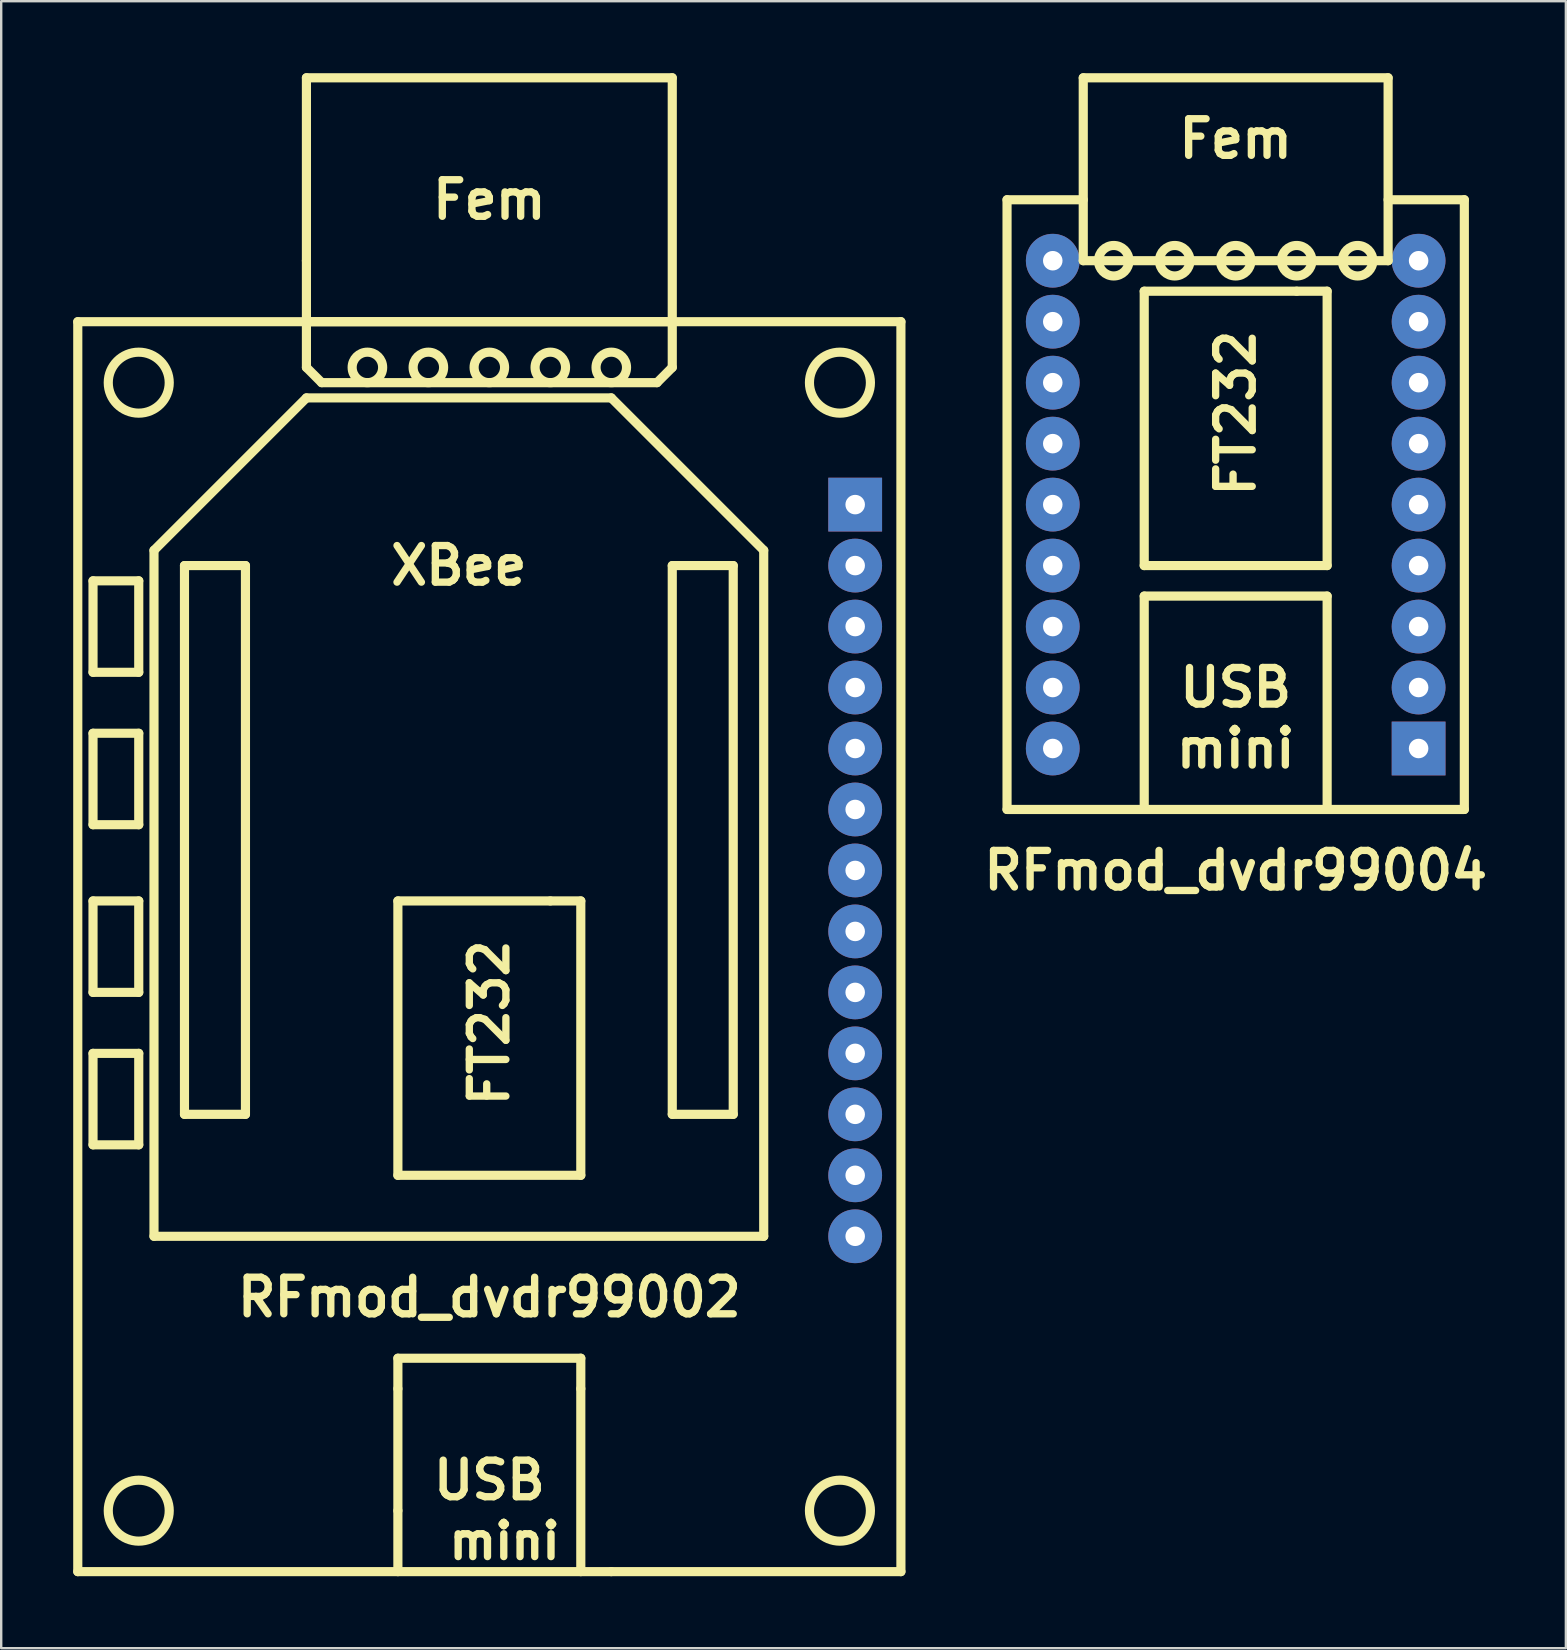
<source format=kicad_pcb>
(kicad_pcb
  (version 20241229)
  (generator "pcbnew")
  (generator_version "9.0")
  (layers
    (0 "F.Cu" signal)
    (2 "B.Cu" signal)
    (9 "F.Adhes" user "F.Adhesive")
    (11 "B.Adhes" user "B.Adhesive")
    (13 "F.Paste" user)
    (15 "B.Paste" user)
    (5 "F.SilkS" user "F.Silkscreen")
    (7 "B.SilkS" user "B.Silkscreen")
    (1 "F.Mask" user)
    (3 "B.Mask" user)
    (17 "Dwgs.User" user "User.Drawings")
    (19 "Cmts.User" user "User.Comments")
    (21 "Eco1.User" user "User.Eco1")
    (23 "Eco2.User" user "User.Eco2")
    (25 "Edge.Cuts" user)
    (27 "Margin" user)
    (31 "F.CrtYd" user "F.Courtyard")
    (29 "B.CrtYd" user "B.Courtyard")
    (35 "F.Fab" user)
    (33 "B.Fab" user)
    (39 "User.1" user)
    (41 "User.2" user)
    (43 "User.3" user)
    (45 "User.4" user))
  (footprint "RFmod_dvdr99004"
    (layer "F.Cu")
    (at 48.426 17.971)
    (property "Reference" "RFmod_dvdr99004" (at 0 15.24 0) (layer "F.SilkS") (effects (font (size 1.524 1.524) (thickness 0.305))))
    (attr through_hole)
    (fp_line (start -9.525 -12.7) (end -6.35 -12.7) (stroke (width 0.381) (type solid)) (layer "F.SilkS"))
    (fp_line (start -9.525 12.7) (end -9.525 -12.7) (stroke (width 0.381) (type solid)) (layer "F.SilkS"))
    (fp_line (start -6.35 -17.78) (end -6.35 -10.16) (stroke (width 0.381) (type solid)) (layer "F.SilkS"))
    (fp_line (start -6.35 -17.78) (end 6.35 -17.78) (stroke (width 0.381) (type solid)) (layer "F.SilkS"))
    (fp_line (start -6.35 -10.16) (end 6.35 -10.16) (stroke (width 0.381) (type solid)) (layer "F.SilkS"))
    (fp_line (start -3.81 -8.89) (end 2.54 -8.89) (stroke (width 0.381) (type solid)) (layer "F.SilkS"))
    (fp_line (start -3.81 2.54) (end -3.81 -8.89) (stroke (width 0.381) (type solid)) (layer "F.SilkS"))
    (fp_line (start -3.81 2.54) (end 3.81 2.54) (stroke (width 0.381) (type solid)) (layer "F.SilkS"))
    (fp_line (start -3.81 3.81) (end 3.81 3.81) (stroke (width 0.381) (type solid)) (layer "F.SilkS"))
    (fp_line (start -3.81 12.7) (end -3.81 3.81) (stroke (width 0.381) (type solid)) (layer "F.SilkS"))
    (fp_line (start 2.54 -8.89) (end 3.81 -8.89) (stroke (width 0.381) (type solid)) (layer "F.SilkS"))
    (fp_line (start 3.81 -8.89) (end 3.81 2.54) (stroke (width 0.381) (type solid)) (layer "F.SilkS"))
    (fp_line (start 3.81 3.81) (end 3.81 12.7) (stroke (width 0.381) (type solid)) (layer "F.SilkS"))
    (fp_line (start 6.35 -10.16) (end 6.35 -17.78) (stroke (width 0.381) (type solid)) (layer "F.SilkS"))
    (fp_line (start 9.525 -12.7) (end 6.35 -12.7) (stroke (width 0.381) (type solid)) (layer "F.SilkS"))
    (fp_line (start 9.525 -12.7) (end 9.525 12.7) (stroke (width 0.381) (type solid)) (layer "F.SilkS"))
    (fp_line (start 9.525 12.7) (end -9.525 12.7) (stroke (width 0.381) (type solid)) (layer "F.SilkS"))
    (fp_circle (center -5.08 -10.16) (end -4.445 -10.16) (stroke (width 0.381) (type solid)) (fill no) (layer "F.SilkS"))
    (fp_circle (center -2.54 -10.16) (end -1.905 -10.16) (stroke (width 0.381) (type solid)) (fill no) (layer "F.SilkS"))
    (fp_circle (center 0 -10.16) (end 0.635 -10.16) (stroke (width 0.381) (type solid)) (fill no) (layer "F.SilkS"))
    (fp_circle (center 2.54 -10.16) (end 3.175 -10.16) (stroke (width 0.381) (type solid)) (fill no) (layer "F.SilkS"))
    (fp_circle (center 5.08 -10.16) (end 5.715 -10.16) (stroke (width 0.381) (type solid)) (fill no) (layer "F.SilkS"))
    (fp_text user "Fem" (at 0 -15.24 0) (layer "F.SilkS") (effects (font (size 1.524 1.524) (thickness 0.305))))
    (fp_text user "mini" (at 0 10.16 0) (layer "F.SilkS") (effects (font (size 1.524 1.524) (thickness 0.305))))
    (fp_text user "FT232" (at 0 -3.81 90) (layer "F.SilkS") (effects (font (size 1.524 1.524) (thickness 0.305))))
    (fp_text user "USB" (at 0 7.62 0) (layer "F.SilkS") (effects (font (size 1.524 1.524) (thickness 0.305))))
    (pad "1" thru_hole rect (at 7.62 10.16) (size 2.24 2.24) (drill 0.813) (layers "*.Cu"))
    (pad "2" thru_hole circle (at 7.62 7.62) (size 2.24 2.24) (drill 0.813) (layers "*.Cu"))
    (pad "3" thru_hole circle (at 7.62 5.08) (size 2.24 2.24) (drill 0.813) (layers "*.Cu"))
    (pad "4" thru_hole circle (at 7.62 2.54) (size 2.24 2.24) (drill 0.813) (layers "*.Cu"))
    (pad "5" thru_hole circle (at 7.62 0) (size 2.24 2.24) (drill 0.813) (layers "*.Cu"))
    (pad "6" thru_hole circle (at 7.62 -2.54) (size 2.24 2.24) (drill 0.813) (layers "*.Cu"))
    (pad "7" thru_hole circle (at 7.62 -5.08) (size 2.24 2.24) (drill 0.813) (layers "*.Cu"))
    (pad "8" thru_hole circle (at 7.62 -7.62) (size 2.24 2.24) (drill 0.813) (layers "*.Cu"))
    (pad "9" thru_hole circle (at 7.62 -10.16) (size 2.24 2.24) (drill 0.813) (layers "*.Cu"))
    (pad "10" thru_hole circle (at -7.62 -10.16) (size 2.24 2.24) (drill 0.813) (layers "*.Cu"))
    (pad "11" thru_hole circle (at -7.62 -7.62) (size 2.24 2.24) (drill 0.813) (layers "*.Cu"))
    (pad "12" thru_hole circle (at -7.62 -5.08) (size 2.24 2.24) (drill 0.813) (layers "*.Cu"))
    (pad "13" thru_hole circle (at -7.62 -2.54) (size 2.24 2.24) (drill 0.813) (layers "*.Cu"))
    (pad "14" thru_hole circle (at -7.62 0) (size 2.24 2.24) (drill 0.813) (layers "*.Cu"))
    (pad "15" thru_hole circle (at -7.62 2.54) (size 2.24 2.24) (drill 0.813) (layers "*.Cu"))
    (pad "16" thru_hole circle (at -7.62 5.08) (size 2.24 2.24) (drill 0.813) (layers "*.Cu"))
    (pad "17" thru_hole circle (at -7.62 7.62) (size 2.24 2.24) (drill 0.813) (layers "*.Cu"))
    (pad "18" thru_hole circle (at -7.62 10.16) (size 2.24 2.24) (drill 0.813) (layers "*.Cu")))
  (footprint "RFmod_dvdr99002"
    (layer "F.Cu")
    (at 17.335 33.211)
    (property "Reference" "RFmod_dvdr99002" (at 0 17.78 0) (layer "F.SilkS") (effects (font (size 1.524 1.524) (thickness 0.305))))
    (attr through_hole)
    (fp_line (start -17.145 -22.86) (end -17.145 29.21) (stroke (width 0.381) (type solid)) (layer "F.SilkS"))
    (fp_line (start -17.145 29.21) (end 5.08 29.21) (stroke (width 0.381) (type solid)) (layer "F.SilkS"))
    (fp_line (start -16.51 -12.065) (end -14.605 -12.065) (stroke (width 0.381) (type solid)) (layer "F.SilkS"))
    (fp_line (start -16.51 -8.255) (end -16.51 -12.065) (stroke (width 0.381) (type solid)) (layer "F.SilkS"))
    (fp_line (start -16.51 -5.715) (end -14.605 -5.715) (stroke (width 0.381) (type solid)) (layer "F.SilkS"))
    (fp_line (start -16.51 -1.905) (end -16.51 -5.715) (stroke (width 0.381) (type solid)) (layer "F.SilkS"))
    (fp_line (start -16.51 1.27) (end -14.605 1.27) (stroke (width 0.381) (type solid)) (layer "F.SilkS"))
    (fp_line (start -16.51 5.08) (end -16.51 1.27) (stroke (width 0.381) (type solid)) (layer "F.SilkS"))
    (fp_line (start -16.51 7.62) (end -14.605 7.62) (stroke (width 0.381) (type solid)) (layer "F.SilkS"))
    (fp_line (start -16.51 11.43) (end -16.51 7.62) (stroke (width 0.381) (type solid)) (layer "F.SilkS"))
    (fp_line (start -14.605 -12.065) (end -14.605 -8.255) (stroke (width 0.381) (type solid)) (layer "F.SilkS"))
    (fp_line (start -14.605 -8.255) (end -16.51 -8.255) (stroke (width 0.381) (type solid)) (layer "F.SilkS"))
    (fp_line (start -14.605 -5.715) (end -14.605 -1.905) (stroke (width 0.381) (type solid)) (layer "F.SilkS"))
    (fp_line (start -14.605 -1.905) (end -16.51 -1.905) (stroke (width 0.381) (type solid)) (layer "F.SilkS"))
    (fp_line (start -14.605 1.27) (end -14.605 5.08) (stroke (width 0.381) (type solid)) (layer "F.SilkS"))
    (fp_line (start -14.605 5.08) (end -16.51 5.08) (stroke (width 0.381) (type solid)) (layer "F.SilkS"))
    (fp_line (start -14.605 7.62) (end -14.605 11.43) (stroke (width 0.381) (type solid)) (layer "F.SilkS"))
    (fp_line (start -14.605 11.43) (end -16.51 11.43) (stroke (width 0.381) (type solid)) (layer "F.SilkS"))
    (fp_line (start -13.97 -13.335) (end -13.97 15.24) (stroke (width 0.381) (type solid)) (layer "F.SilkS"))
    (fp_line (start -13.97 -13.335) (end -7.62 -19.685) (stroke (width 0.381) (type solid)) (layer "F.SilkS"))
    (fp_line (start -12.7 -12.7) (end -10.16 -12.7) (stroke (width 0.381) (type solid)) (layer "F.SilkS"))
    (fp_line (start -12.7 10.16) (end -12.7 -12.7) (stroke (width 0.381) (type solid)) (layer "F.SilkS"))
    (fp_line (start -10.16 -12.7) (end -10.16 10.16) (stroke (width 0.381) (type solid)) (layer "F.SilkS"))
    (fp_line (start -10.16 10.16) (end -12.7 10.16) (stroke (width 0.381) (type solid)) (layer "F.SilkS"))
    (fp_line (start -7.62 -33.02) (end 7.62 -33.02) (stroke (width 0.381) (type solid)) (layer "F.SilkS"))
    (fp_line (start -7.62 -25.4) (end -7.62 -33.02) (stroke (width 0.381) (type solid)) (layer "F.SilkS"))
    (fp_line (start -7.62 -22.86) (end -17.145 -22.86) (stroke (width 0.381) (type solid)) (layer "F.SilkS"))
    (fp_line (start -7.62 -22.86) (end -7.62 -25.4) (stroke (width 0.381) (type solid)) (layer "F.SilkS"))
    (fp_line (start -7.62 -22.86) (end -7.62 -20.955) (stroke (width 0.381) (type solid)) (layer "F.SilkS"))
    (fp_line (start -7.62 -22.86) (end 17.145 -22.86) (stroke (width 0.381) (type solid)) (layer "F.SilkS"))
    (fp_line (start -7.62 -20.955) (end -6.985 -20.32) (stroke (width 0.381) (type solid)) (layer "F.SilkS"))
    (fp_line (start -7.62 -19.685) (end 5.08 -19.685) (stroke (width 0.381) (type solid)) (layer "F.SilkS"))
    (fp_line (start -6.985 -20.32) (end 6.985 -20.32) (stroke (width 0.381) (type solid)) (layer "F.SilkS"))
    (fp_line (start -3.81 1.27) (end 2.54 1.27) (stroke (width 0.381) (type solid)) (layer "F.SilkS"))
    (fp_line (start -3.81 12.7) (end -3.81 1.27) (stroke (width 0.381) (type solid)) (layer "F.SilkS"))
    (fp_line (start -3.81 20.32) (end -3.81 21.59) (stroke (width 0.381) (type solid)) (layer "F.SilkS"))
    (fp_line (start -3.81 20.32) (end 3.81 20.32) (stroke (width 0.381) (type solid)) (layer "F.SilkS"))
    (fp_line (start -3.81 26.67) (end -3.81 21.59) (stroke (width 0.381) (type solid)) (layer "F.SilkS"))
    (fp_line (start -3.81 26.67) (end -3.81 29.21) (stroke (width 0.381) (type solid)) (layer "F.SilkS"))
    (fp_line (start 2.54 1.27) (end 3.81 1.27) (stroke (width 0.381) (type solid)) (layer "F.SilkS"))
    (fp_line (start 3.81 1.27) (end 3.81 12.7) (stroke (width 0.381) (type solid)) (layer "F.SilkS"))
    (fp_line (start 3.81 12.7) (end -3.81 12.7) (stroke (width 0.381) (type solid)) (layer "F.SilkS"))
    (fp_line (start 3.81 20.32) (end 3.81 21.59) (stroke (width 0.381) (type solid)) (layer "F.SilkS"))
    (fp_line (start 3.81 21.59) (end 3.81 29.21) (stroke (width 0.381) (type solid)) (layer "F.SilkS"))
    (fp_line (start 5.08 29.21) (end 17.145 29.21) (stroke (width 0.381) (type solid)) (layer "F.SilkS"))
    (fp_line (start 6.985 -20.32) (end 7.62 -20.955) (stroke (width 0.381) (type solid)) (layer "F.SilkS"))
    (fp_line (start 7.62 -33.02) (end 7.62 -22.86) (stroke (width 0.381) (type solid)) (layer "F.SilkS"))
    (fp_line (start 7.62 -22.86) (end -7.62 -22.86) (stroke (width 0.381) (type solid)) (layer "F.SilkS"))
    (fp_line (start 7.62 -20.955) (end 7.62 -22.86) (stroke (width 0.381) (type solid)) (layer "F.SilkS"))
    (fp_line (start 7.62 -12.7) (end 10.16 -12.7) (stroke (width 0.381) (type solid)) (layer "F.SilkS"))
    (fp_line (start 7.62 10.16) (end 7.62 -12.7) (stroke (width 0.381) (type solid)) (layer "F.SilkS"))
    (fp_line (start 10.16 -12.7) (end 10.16 10.16) (stroke (width 0.381) (type solid)) (layer "F.SilkS"))
    (fp_line (start 10.16 10.16) (end 7.62 10.16) (stroke (width 0.381) (type solid)) (layer "F.SilkS"))
    (fp_line (start 11.43 -13.335) (end 5.08 -19.685) (stroke (width 0.381) (type solid)) (layer "F.SilkS"))
    (fp_line (start 11.43 -13.335) (end 11.43 15.24) (stroke (width 0.381) (type solid)) (layer "F.SilkS"))
    (fp_line (start 11.43 15.24) (end -13.97 15.24) (stroke (width 0.381) (type solid)) (layer "F.SilkS"))
    (fp_line (start 17.145 29.21) (end 17.145 -22.86) (stroke (width 0.381) (type solid)) (layer "F.SilkS"))
    (fp_circle (center -14.605 -20.32) (end -14.605 -21.59) (stroke (width 0.381) (type solid)) (fill no) (layer "F.SilkS"))
    (fp_circle (center -14.605 26.67) (end -13.335 26.67) (stroke (width 0.381) (type solid)) (fill no) (layer "F.SilkS"))
    (fp_circle (center -5.08 -20.955) (end -5.08 -20.32) (stroke (width 0.381) (type solid)) (fill no) (layer "F.SilkS"))
    (fp_circle (center -2.54 -20.955) (end -1.905 -20.955) (stroke (width 0.381) (type solid)) (fill no) (layer "F.SilkS"))
    (fp_circle (center 0 -20.955) (end 0 -20.32) (stroke (width 0.381) (type solid)) (fill no) (layer "F.SilkS"))
    (fp_circle (center 2.54 -20.955) (end 2.54 -20.32) (stroke (width 0.381) (type solid)) (fill no) (layer "F.SilkS"))
    (fp_circle (center 5.08 -20.955) (end 5.08 -20.32) (stroke (width 0.381) (type solid)) (fill no) (layer "F.SilkS"))
    (fp_circle (center 14.605 -20.32) (end 14.605 -19.05) (stroke (width 0.381) (type solid)) (fill no) (layer "F.SilkS"))
    (fp_circle (center 14.605 26.67) (end 13.335 26.67) (stroke (width 0.381) (type solid)) (fill no) (layer "F.SilkS"))
    (fp_text user "mini" (at 0.635 27.94 0) (layer "F.SilkS") (effects (font (size 1.425 1.425) (thickness 0.305))))
    (fp_text user "FT232" (at 0 6.35 90) (layer "F.SilkS") (effects (font (size 1.524 1.524) (thickness 0.305))))
    (fp_text user "USB" (at 0 25.4 0) (layer "F.SilkS") (effects (font (size 1.524 1.524) (thickness 0.305))))
    (fp_text user "Fem" (at 0 -27.94 0) (layer "F.SilkS") (effects (font (size 1.524 1.524) (thickness 0.305))))
    (fp_text user "XBee" (at -1.27 -12.7 0) (layer "F.SilkS") (effects (font (size 1.524 1.524) (thickness 0.305))))
    (pad "1" thru_hole rect (at 15.24 -15.24) (size 2.24 2.24) (drill 0.813) (layers "*.Cu"))
    (pad "2" thru_hole circle (at 15.24 -12.7) (size 2.24 2.24) (drill 0.813) (layers "*.Cu"))
    (pad "3" thru_hole circle (at 15.24 -10.16) (size 2.24 2.24) (drill 0.813) (layers "*.Cu"))
    (pad "4" thru_hole circle (at 15.24 -7.62) (size 2.24 2.24) (drill 0.813) (layers "*.Cu"))
    (pad "5" thru_hole circle (at 15.24 -5.08) (size 2.24 2.24) (drill 0.813) (layers "*.Cu"))
    (pad "6" thru_hole circle (at 15.24 -2.54) (size 2.24 2.24) (drill 0.813) (layers "*.Cu"))
    (pad "7" thru_hole circle (at 15.24 0) (size 2.24 2.24) (drill 0.813) (layers "*.Cu"))
    (pad "8" thru_hole circle (at 15.24 2.54) (size 2.24 2.24) (drill 0.813) (layers "*.Cu"))
    (pad "9" thru_hole circle (at 15.24 5.08) (size 2.24 2.24) (drill 0.813) (layers "*.Cu"))
    (pad "10" thru_hole circle (at 15.24 7.62) (size 2.24 2.24) (drill 0.813) (layers "*.Cu"))
    (pad "11" thru_hole circle (at 15.24 10.16) (size 2.24 2.24) (drill 0.813) (layers "*.Cu"))
    (pad "12" thru_hole circle (at 15.24 12.7) (size 2.24 2.24) (drill 0.813) (layers "*.Cu"))
    (pad "13" thru_hole circle (at 15.24 15.24) (size 2.24 2.24) (drill 0.813) (layers "*.Cu")))
  (gr_rect
    (start -3 -3)
    (end 62.181 65.611)
    (stroke (width 0.1) (type default))
    (fill no)
    (layer "Edge.Cuts")))
</source>
